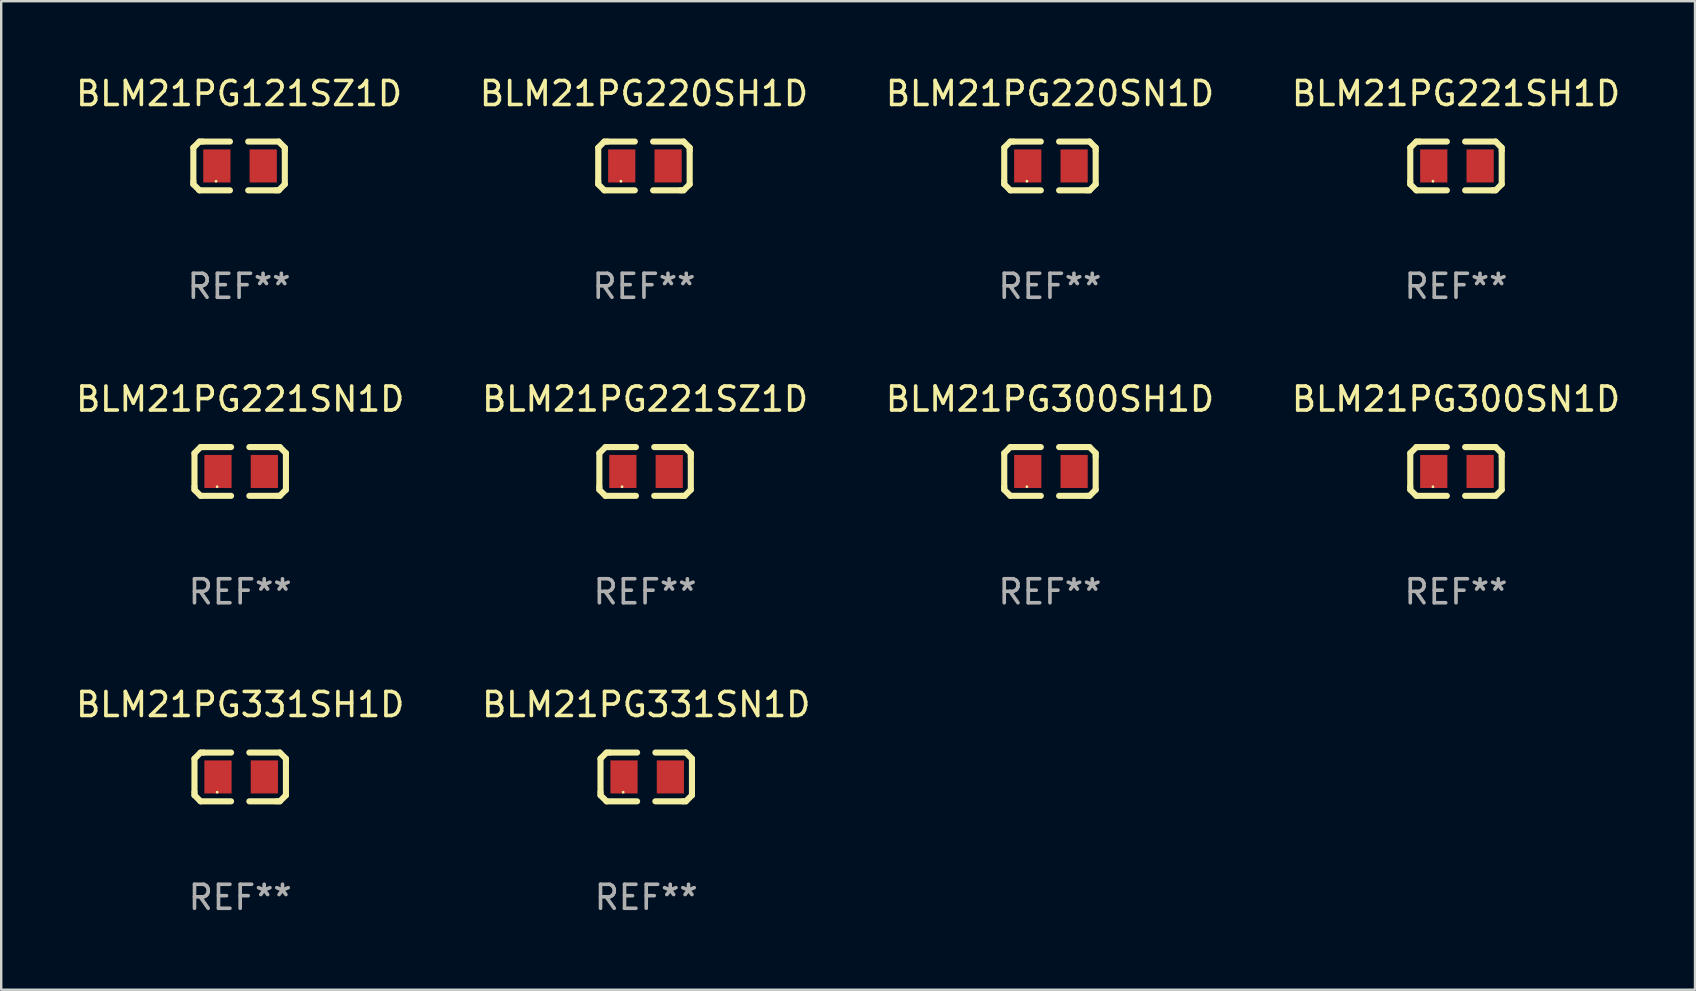
<source format=kicad_pcb>
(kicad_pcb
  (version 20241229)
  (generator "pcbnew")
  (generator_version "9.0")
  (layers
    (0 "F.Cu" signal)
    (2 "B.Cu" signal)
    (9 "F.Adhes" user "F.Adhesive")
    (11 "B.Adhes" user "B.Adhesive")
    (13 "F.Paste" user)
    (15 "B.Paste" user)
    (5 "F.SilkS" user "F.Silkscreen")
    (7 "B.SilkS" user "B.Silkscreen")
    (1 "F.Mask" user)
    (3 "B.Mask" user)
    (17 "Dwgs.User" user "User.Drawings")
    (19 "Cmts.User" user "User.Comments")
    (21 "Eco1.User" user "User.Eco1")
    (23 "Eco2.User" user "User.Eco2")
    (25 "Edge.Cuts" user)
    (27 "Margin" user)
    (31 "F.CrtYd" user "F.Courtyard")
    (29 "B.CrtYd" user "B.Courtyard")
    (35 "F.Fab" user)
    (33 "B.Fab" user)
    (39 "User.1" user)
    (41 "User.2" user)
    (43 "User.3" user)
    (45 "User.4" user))
  (footprint "BLM21PG221SH1D"
    (layer "F.Cu")
    (at 57.613 3.864)
    (property "Reference" "BLM21PG221SH1D" (at 0 -3.016 0) (layer "F.SilkS") (effects (font (size 1 1) (thickness 0.15))))
    (attr through_hole)
    (fp_line (start -1.905 -0.762) (end -1.905 0.635) (stroke (width 0.254) (type solid)) (layer "F.SilkS"))
    (fp_line (start -1.905 0.635) (end -1.905 0.762) (stroke (width 0.254) (type solid)) (layer "F.SilkS"))
    (fp_line (start -1.905 0.762) (end -1.651 1.016) (stroke (width 0.254) (type solid)) (layer "F.SilkS"))
    (fp_line (start -1.651 -1.016) (end -1.905 -0.762) (stroke (width 0.254) (type solid)) (layer "F.SilkS"))
    (fp_line (start -1.651 1.016) (end -0.381 1.016) (stroke (width 0.254) (type solid)) (layer "F.SilkS"))
    (fp_line (start -1.524 -1.016) (end -1.651 -1.016) (stroke (width 0.254) (type solid)) (layer "F.SilkS"))
    (fp_line (start -0.381 -1.016) (end -1.524 -1.016) (stroke (width 0.254) (type solid)) (layer "F.SilkS"))
    (fp_line (start 0.381 1.016) (end 1.524 1.016) (stroke (width 0.254) (type solid)) (layer "F.SilkS"))
    (fp_line (start 1.524 1.016) (end 1.651 1.016) (stroke (width 0.254) (type solid)) (layer "F.SilkS"))
    (fp_line (start 1.651 -1.016) (end 0.381 -1.016) (stroke (width 0.254) (type solid)) (layer "F.SilkS"))
    (fp_line (start 1.651 1.016) (end 1.905 0.762) (stroke (width 0.254) (type solid)) (layer "F.SilkS"))
    (fp_line (start 1.905 -0.762) (end 1.651 -1.016) (stroke (width 0.254) (type solid)) (layer "F.SilkS"))
    (fp_line (start 1.905 -0.635) (end 1.905 -0.762) (stroke (width 0.254) (type solid)) (layer "F.SilkS"))
    (fp_line (start 1.905 0.762) (end 1.905 -0.635) (stroke (width 0.254) (type solid)) (layer "F.SilkS"))
    (fp_circle (center -0.96 0.637) (end -0.93 0.637) (stroke (width 0.06) (type solid)) (fill no) (layer "F.SilkS"))
    (fp_text user "REF**" (at 0 5.016 0) (layer "F.Fab") (effects (font (size 1 1) (thickness 0.15))))
    (pad "1" smd rect (at -0.926 -0.000051) (size 1.133 1.377) (layers "F.Cu" "F.Mask" "F.Paste"))
    (pad "2" smd rect (at 1.006 -0.000051) (size 1.133 1.377) (layers "F.Cu" "F.Mask" "F.Paste")))
  (footprint "BLM21PG121SZ1D"
    (layer "F.Cu")
    (at 6.911 3.864)
    (property "Reference" "BLM21PG121SZ1D" (at 0 -3.016 0) (layer "F.SilkS") (effects (font (size 1 1) (thickness 0.15))))
    (attr through_hole)
    (fp_line (start -1.905 -0.762) (end -1.905 0.635) (stroke (width 0.254) (type solid)) (layer "F.SilkS"))
    (fp_line (start -1.905 0.635) (end -1.905 0.762) (stroke (width 0.254) (type solid)) (layer "F.SilkS"))
    (fp_line (start -1.905 0.762) (end -1.651 1.016) (stroke (width 0.254) (type solid)) (layer "F.SilkS"))
    (fp_line (start -1.651 -1.016) (end -1.905 -0.762) (stroke (width 0.254) (type solid)) (layer "F.SilkS"))
    (fp_line (start -1.651 1.016) (end -0.381 1.016) (stroke (width 0.254) (type solid)) (layer "F.SilkS"))
    (fp_line (start -1.524 -1.016) (end -1.651 -1.016) (stroke (width 0.254) (type solid)) (layer "F.SilkS"))
    (fp_line (start -0.381 -1.016) (end -1.524 -1.016) (stroke (width 0.254) (type solid)) (layer "F.SilkS"))
    (fp_line (start 0.381 1.016) (end 1.524 1.016) (stroke (width 0.254) (type solid)) (layer "F.SilkS"))
    (fp_line (start 1.524 1.016) (end 1.651 1.016) (stroke (width 0.254) (type solid)) (layer "F.SilkS"))
    (fp_line (start 1.651 -1.016) (end 0.381 -1.016) (stroke (width 0.254) (type solid)) (layer "F.SilkS"))
    (fp_line (start 1.651 1.016) (end 1.905 0.762) (stroke (width 0.254) (type solid)) (layer "F.SilkS"))
    (fp_line (start 1.905 -0.762) (end 1.651 -1.016) (stroke (width 0.254) (type solid)) (layer "F.SilkS"))
    (fp_line (start 1.905 -0.635) (end 1.905 -0.762) (stroke (width 0.254) (type solid)) (layer "F.SilkS"))
    (fp_line (start 1.905 0.762) (end 1.905 -0.635) (stroke (width 0.254) (type solid)) (layer "F.SilkS"))
    (fp_circle (center -0.96 0.637) (end -0.93 0.637) (stroke (width 0.06) (type solid)) (fill no) (layer "F.SilkS"))
    (fp_text user "REF**" (at 0 5.016 0) (layer "F.Fab") (effects (font (size 1 1) (thickness 0.15))))
    (pad "1" smd rect (at -0.926 -0.000051) (size 1.133 1.377) (layers "F.Cu" "F.Mask" "F.Paste"))
    (pad "2" smd rect (at 1.006 -0.000051) (size 1.133 1.377) (layers "F.Cu" "F.Mask" "F.Paste")))
  (footprint "BLM21PG300SN1D"
    (layer "F.Cu")
    (at 57.613 16.593)
    (property "Reference" "BLM21PG300SN1D" (at 0 -3.016 0) (layer "F.SilkS") (effects (font (size 1 1) (thickness 0.15))))
    (attr through_hole)
    (fp_line (start -1.905 -0.762) (end -1.905 0.635) (stroke (width 0.254) (type solid)) (layer "F.SilkS"))
    (fp_line (start -1.905 0.635) (end -1.905 0.762) (stroke (width 0.254) (type solid)) (layer "F.SilkS"))
    (fp_line (start -1.905 0.762) (end -1.651 1.016) (stroke (width 0.254) (type solid)) (layer "F.SilkS"))
    (fp_line (start -1.651 -1.016) (end -1.905 -0.762) (stroke (width 0.254) (type solid)) (layer "F.SilkS"))
    (fp_line (start -1.651 1.016) (end -0.381 1.016) (stroke (width 0.254) (type solid)) (layer "F.SilkS"))
    (fp_line (start -1.524 -1.016) (end -1.651 -1.016) (stroke (width 0.254) (type solid)) (layer "F.SilkS"))
    (fp_line (start -0.381 -1.016) (end -1.524 -1.016) (stroke (width 0.254) (type solid)) (layer "F.SilkS"))
    (fp_line (start 0.381 1.016) (end 1.524 1.016) (stroke (width 0.254) (type solid)) (layer "F.SilkS"))
    (fp_line (start 1.524 1.016) (end 1.651 1.016) (stroke (width 0.254) (type solid)) (layer "F.SilkS"))
    (fp_line (start 1.651 -1.016) (end 0.381 -1.016) (stroke (width 0.254) (type solid)) (layer "F.SilkS"))
    (fp_line (start 1.651 1.016) (end 1.905 0.762) (stroke (width 0.254) (type solid)) (layer "F.SilkS"))
    (fp_line (start 1.905 -0.762) (end 1.651 -1.016) (stroke (width 0.254) (type solid)) (layer "F.SilkS"))
    (fp_line (start 1.905 -0.635) (end 1.905 -0.762) (stroke (width 0.254) (type solid)) (layer "F.SilkS"))
    (fp_line (start 1.905 0.762) (end 1.905 -0.635) (stroke (width 0.254) (type solid)) (layer "F.SilkS"))
    (fp_circle (center -0.96 0.637) (end -0.93 0.637) (stroke (width 0.06) (type solid)) (fill no) (layer "F.SilkS"))
    (fp_text user "REF**" (at 0 5.016 0) (layer "F.Fab") (effects (font (size 1 1) (thickness 0.15))))
    (pad "1" smd rect (at -0.926 -0.000051) (size 1.133 1.377) (layers "F.Cu" "F.Mask" "F.Paste"))
    (pad "2" smd rect (at 1.006 -0.000051) (size 1.133 1.377) (layers "F.Cu" "F.Mask" "F.Paste")))
  (footprint "BLM21PG331SH1D"
    (layer "F.Cu")
    (at 6.958 29.321)
    (property "Reference" "BLM21PG331SH1D" (at 0 -3.016 0) (layer "F.SilkS") (effects (font (size 1 1) (thickness 0.15))))
    (attr through_hole)
    (fp_line (start -1.905 -0.762) (end -1.905 0.635) (stroke (width 0.254) (type solid)) (layer "F.SilkS"))
    (fp_line (start -1.905 0.635) (end -1.905 0.762) (stroke (width 0.254) (type solid)) (layer "F.SilkS"))
    (fp_line (start -1.905 0.762) (end -1.651 1.016) (stroke (width 0.254) (type solid)) (layer "F.SilkS"))
    (fp_line (start -1.651 -1.016) (end -1.905 -0.762) (stroke (width 0.254) (type solid)) (layer "F.SilkS"))
    (fp_line (start -1.651 1.016) (end -0.381 1.016) (stroke (width 0.254) (type solid)) (layer "F.SilkS"))
    (fp_line (start -1.524 -1.016) (end -1.651 -1.016) (stroke (width 0.254) (type solid)) (layer "F.SilkS"))
    (fp_line (start -0.381 -1.016) (end -1.524 -1.016) (stroke (width 0.254) (type solid)) (layer "F.SilkS"))
    (fp_line (start 0.381 1.016) (end 1.524 1.016) (stroke (width 0.254) (type solid)) (layer "F.SilkS"))
    (fp_line (start 1.524 1.016) (end 1.651 1.016) (stroke (width 0.254) (type solid)) (layer "F.SilkS"))
    (fp_line (start 1.651 -1.016) (end 0.381 -1.016) (stroke (width 0.254) (type solid)) (layer "F.SilkS"))
    (fp_line (start 1.651 1.016) (end 1.905 0.762) (stroke (width 0.254) (type solid)) (layer "F.SilkS"))
    (fp_line (start 1.905 -0.762) (end 1.651 -1.016) (stroke (width 0.254) (type solid)) (layer "F.SilkS"))
    (fp_line (start 1.905 -0.635) (end 1.905 -0.762) (stroke (width 0.254) (type solid)) (layer "F.SilkS"))
    (fp_line (start 1.905 0.762) (end 1.905 -0.635) (stroke (width 0.254) (type solid)) (layer "F.SilkS"))
    (fp_circle (center -0.96 0.637) (end -0.93 0.637) (stroke (width 0.06) (type solid)) (fill no) (layer "F.SilkS"))
    (fp_text user "REF**" (at 0 5.016 0) (layer "F.Fab") (effects (font (size 1 1) (thickness 0.15))))
    (pad "1" smd rect (at -0.926 -0.000051) (size 1.133 1.377) (layers "F.Cu" "F.Mask" "F.Paste"))
    (pad "2" smd rect (at 1.006 -0.000051) (size 1.133 1.377) (layers "F.Cu" "F.Mask" "F.Paste")))
  (footprint "BLM21PG300SH1D"
    (layer "F.Cu")
    (at 40.696 16.593)
    (property "Reference" "BLM21PG300SH1D" (at 0 -3.016 0) (layer "F.SilkS") (effects (font (size 1 1) (thickness 0.15))))
    (attr through_hole)
    (fp_line (start -1.905 -0.762) (end -1.905 0.635) (stroke (width 0.254) (type solid)) (layer "F.SilkS"))
    (fp_line (start -1.905 0.635) (end -1.905 0.762) (stroke (width 0.254) (type solid)) (layer "F.SilkS"))
    (fp_line (start -1.905 0.762) (end -1.651 1.016) (stroke (width 0.254) (type solid)) (layer "F.SilkS"))
    (fp_line (start -1.651 -1.016) (end -1.905 -0.762) (stroke (width 0.254) (type solid)) (layer "F.SilkS"))
    (fp_line (start -1.651 1.016) (end -0.381 1.016) (stroke (width 0.254) (type solid)) (layer "F.SilkS"))
    (fp_line (start -1.524 -1.016) (end -1.651 -1.016) (stroke (width 0.254) (type solid)) (layer "F.SilkS"))
    (fp_line (start -0.381 -1.016) (end -1.524 -1.016) (stroke (width 0.254) (type solid)) (layer "F.SilkS"))
    (fp_line (start 0.381 1.016) (end 1.524 1.016) (stroke (width 0.254) (type solid)) (layer "F.SilkS"))
    (fp_line (start 1.524 1.016) (end 1.651 1.016) (stroke (width 0.254) (type solid)) (layer "F.SilkS"))
    (fp_line (start 1.651 -1.016) (end 0.381 -1.016) (stroke (width 0.254) (type solid)) (layer "F.SilkS"))
    (fp_line (start 1.651 1.016) (end 1.905 0.762) (stroke (width 0.254) (type solid)) (layer "F.SilkS"))
    (fp_line (start 1.905 -0.762) (end 1.651 -1.016) (stroke (width 0.254) (type solid)) (layer "F.SilkS"))
    (fp_line (start 1.905 -0.635) (end 1.905 -0.762) (stroke (width 0.254) (type solid)) (layer "F.SilkS"))
    (fp_line (start 1.905 0.762) (end 1.905 -0.635) (stroke (width 0.254) (type solid)) (layer "F.SilkS"))
    (fp_circle (center -0.96 0.637) (end -0.93 0.637) (stroke (width 0.06) (type solid)) (fill no) (layer "F.SilkS"))
    (fp_text user "REF**" (at 0 5.016 0) (layer "F.Fab") (effects (font (size 1 1) (thickness 0.15))))
    (pad "1" smd rect (at -0.926 -0.000051) (size 1.133 1.377) (layers "F.Cu" "F.Mask" "F.Paste"))
    (pad "2" smd rect (at 1.006 -0.000051) (size 1.133 1.377) (layers "F.Cu" "F.Mask" "F.Paste")))
  (footprint "BLM21PG221SN1D"
    (layer "F.Cu")
    (at 6.958 16.593)
    (property "Reference" "BLM21PG221SN1D" (at 0 -3.016 0) (layer "F.SilkS") (effects (font (size 1 1) (thickness 0.15))))
    (attr through_hole)
    (fp_line (start -1.905 -0.762) (end -1.905 0.635) (stroke (width 0.254) (type solid)) (layer "F.SilkS"))
    (fp_line (start -1.905 0.635) (end -1.905 0.762) (stroke (width 0.254) (type solid)) (layer "F.SilkS"))
    (fp_line (start -1.905 0.762) (end -1.651 1.016) (stroke (width 0.254) (type solid)) (layer "F.SilkS"))
    (fp_line (start -1.651 -1.016) (end -1.905 -0.762) (stroke (width 0.254) (type solid)) (layer "F.SilkS"))
    (fp_line (start -1.651 1.016) (end -0.381 1.016) (stroke (width 0.254) (type solid)) (layer "F.SilkS"))
    (fp_line (start -1.524 -1.016) (end -1.651 -1.016) (stroke (width 0.254) (type solid)) (layer "F.SilkS"))
    (fp_line (start -0.381 -1.016) (end -1.524 -1.016) (stroke (width 0.254) (type solid)) (layer "F.SilkS"))
    (fp_line (start 0.381 1.016) (end 1.524 1.016) (stroke (width 0.254) (type solid)) (layer "F.SilkS"))
    (fp_line (start 1.524 1.016) (end 1.651 1.016) (stroke (width 0.254) (type solid)) (layer "F.SilkS"))
    (fp_line (start 1.651 -1.016) (end 0.381 -1.016) (stroke (width 0.254) (type solid)) (layer "F.SilkS"))
    (fp_line (start 1.651 1.016) (end 1.905 0.762) (stroke (width 0.254) (type solid)) (layer "F.SilkS"))
    (fp_line (start 1.905 -0.762) (end 1.651 -1.016) (stroke (width 0.254) (type solid)) (layer "F.SilkS"))
    (fp_line (start 1.905 -0.635) (end 1.905 -0.762) (stroke (width 0.254) (type solid)) (layer "F.SilkS"))
    (fp_line (start 1.905 0.762) (end 1.905 -0.635) (stroke (width 0.254) (type solid)) (layer "F.SilkS"))
    (fp_circle (center -0.96 0.637) (end -0.93 0.637) (stroke (width 0.06) (type solid)) (fill no) (layer "F.SilkS"))
    (fp_text user "REF**" (at 0 5.016 0) (layer "F.Fab") (effects (font (size 1 1) (thickness 0.15))))
    (pad "1" smd rect (at -0.926 -0.000051) (size 1.133 1.377) (layers "F.Cu" "F.Mask" "F.Paste"))
    (pad "2" smd rect (at 1.006 -0.000051) (size 1.133 1.377) (layers "F.Cu" "F.Mask" "F.Paste")))
  (footprint "BLM21PG221SZ1D"
    (layer "F.Cu")
    (at 23.827 16.593)
    (property "Reference" "BLM21PG221SZ1D" (at 0 -3.016 0) (layer "F.SilkS") (effects (font (size 1 1) (thickness 0.15))))
    (attr through_hole)
    (fp_line (start -1.905 -0.762) (end -1.905 0.635) (stroke (width 0.254) (type solid)) (layer "F.SilkS"))
    (fp_line (start -1.905 0.635) (end -1.905 0.762) (stroke (width 0.254) (type solid)) (layer "F.SilkS"))
    (fp_line (start -1.905 0.762) (end -1.651 1.016) (stroke (width 0.254) (type solid)) (layer "F.SilkS"))
    (fp_line (start -1.651 -1.016) (end -1.905 -0.762) (stroke (width 0.254) (type solid)) (layer "F.SilkS"))
    (fp_line (start -1.651 1.016) (end -0.381 1.016) (stroke (width 0.254) (type solid)) (layer "F.SilkS"))
    (fp_line (start -1.524 -1.016) (end -1.651 -1.016) (stroke (width 0.254) (type solid)) (layer "F.SilkS"))
    (fp_line (start -0.381 -1.016) (end -1.524 -1.016) (stroke (width 0.254) (type solid)) (layer "F.SilkS"))
    (fp_line (start 0.381 1.016) (end 1.524 1.016) (stroke (width 0.254) (type solid)) (layer "F.SilkS"))
    (fp_line (start 1.524 1.016) (end 1.651 1.016) (stroke (width 0.254) (type solid)) (layer "F.SilkS"))
    (fp_line (start 1.651 -1.016) (end 0.381 -1.016) (stroke (width 0.254) (type solid)) (layer "F.SilkS"))
    (fp_line (start 1.651 1.016) (end 1.905 0.762) (stroke (width 0.254) (type solid)) (layer "F.SilkS"))
    (fp_line (start 1.905 -0.762) (end 1.651 -1.016) (stroke (width 0.254) (type solid)) (layer "F.SilkS"))
    (fp_line (start 1.905 -0.635) (end 1.905 -0.762) (stroke (width 0.254) (type solid)) (layer "F.SilkS"))
    (fp_line (start 1.905 0.762) (end 1.905 -0.635) (stroke (width 0.254) (type solid)) (layer "F.SilkS"))
    (fp_circle (center -0.96 0.637) (end -0.93 0.637) (stroke (width 0.06) (type solid)) (fill no) (layer "F.SilkS"))
    (fp_text user "REF**" (at 0 5.016 0) (layer "F.Fab") (effects (font (size 1 1) (thickness 0.15))))
    (pad "1" smd rect (at -0.926 -0.000051) (size 1.133 1.377) (layers "F.Cu" "F.Mask" "F.Paste"))
    (pad "2" smd rect (at 1.006 -0.000051) (size 1.133 1.377) (layers "F.Cu" "F.Mask" "F.Paste")))
  (footprint "BLM21PG220SN1D"
    (layer "F.Cu")
    (at 40.696 3.864)
    (property "Reference" "BLM21PG220SN1D" (at 0 -3.016 0) (layer "F.SilkS") (effects (font (size 1 1) (thickness 0.15))))
    (attr through_hole)
    (fp_line (start -1.905 -0.762) (end -1.905 0.635) (stroke (width 0.254) (type solid)) (layer "F.SilkS"))
    (fp_line (start -1.905 0.635) (end -1.905 0.762) (stroke (width 0.254) (type solid)) (layer "F.SilkS"))
    (fp_line (start -1.905 0.762) (end -1.651 1.016) (stroke (width 0.254) (type solid)) (layer "F.SilkS"))
    (fp_line (start -1.651 -1.016) (end -1.905 -0.762) (stroke (width 0.254) (type solid)) (layer "F.SilkS"))
    (fp_line (start -1.651 1.016) (end -0.381 1.016) (stroke (width 0.254) (type solid)) (layer "F.SilkS"))
    (fp_line (start -1.524 -1.016) (end -1.651 -1.016) (stroke (width 0.254) (type solid)) (layer "F.SilkS"))
    (fp_line (start -0.381 -1.016) (end -1.524 -1.016) (stroke (width 0.254) (type solid)) (layer "F.SilkS"))
    (fp_line (start 0.381 1.016) (end 1.524 1.016) (stroke (width 0.254) (type solid)) (layer "F.SilkS"))
    (fp_line (start 1.524 1.016) (end 1.651 1.016) (stroke (width 0.254) (type solid)) (layer "F.SilkS"))
    (fp_line (start 1.651 -1.016) (end 0.381 -1.016) (stroke (width 0.254) (type solid)) (layer "F.SilkS"))
    (fp_line (start 1.651 1.016) (end 1.905 0.762) (stroke (width 0.254) (type solid)) (layer "F.SilkS"))
    (fp_line (start 1.905 -0.762) (end 1.651 -1.016) (stroke (width 0.254) (type solid)) (layer "F.SilkS"))
    (fp_line (start 1.905 -0.635) (end 1.905 -0.762) (stroke (width 0.254) (type solid)) (layer "F.SilkS"))
    (fp_line (start 1.905 0.762) (end 1.905 -0.635) (stroke (width 0.254) (type solid)) (layer "F.SilkS"))
    (fp_circle (center -0.96 0.637) (end -0.93 0.637) (stroke (width 0.06) (type solid)) (fill no) (layer "F.SilkS"))
    (fp_text user "REF**" (at 0 5.016 0) (layer "F.Fab") (effects (font (size 1 1) (thickness 0.15))))
    (pad "1" smd rect (at -0.926 -0.000051) (size 1.133 1.377) (layers "F.Cu" "F.Mask" "F.Paste"))
    (pad "2" smd rect (at 1.006 -0.000051) (size 1.133 1.377) (layers "F.Cu" "F.Mask" "F.Paste")))
  (footprint "BLM21PG331SN1D"
    (layer "F.Cu")
    (at 23.875 29.321)
    (property "Reference" "BLM21PG331SN1D" (at 0 -3.016 0) (layer "F.SilkS") (effects (font (size 1 1) (thickness 0.15))))
    (attr through_hole)
    (fp_line (start -1.905 -0.762) (end -1.905 0.635) (stroke (width 0.254) (type solid)) (layer "F.SilkS"))
    (fp_line (start -1.905 0.635) (end -1.905 0.762) (stroke (width 0.254) (type solid)) (layer "F.SilkS"))
    (fp_line (start -1.905 0.762) (end -1.651 1.016) (stroke (width 0.254) (type solid)) (layer "F.SilkS"))
    (fp_line (start -1.651 -1.016) (end -1.905 -0.762) (stroke (width 0.254) (type solid)) (layer "F.SilkS"))
    (fp_line (start -1.651 1.016) (end -0.381 1.016) (stroke (width 0.254) (type solid)) (layer "F.SilkS"))
    (fp_line (start -1.524 -1.016) (end -1.651 -1.016) (stroke (width 0.254) (type solid)) (layer "F.SilkS"))
    (fp_line (start -0.381 -1.016) (end -1.524 -1.016) (stroke (width 0.254) (type solid)) (layer "F.SilkS"))
    (fp_line (start 0.381 1.016) (end 1.524 1.016) (stroke (width 0.254) (type solid)) (layer "F.SilkS"))
    (fp_line (start 1.524 1.016) (end 1.651 1.016) (stroke (width 0.254) (type solid)) (layer "F.SilkS"))
    (fp_line (start 1.651 -1.016) (end 0.381 -1.016) (stroke (width 0.254) (type solid)) (layer "F.SilkS"))
    (fp_line (start 1.651 1.016) (end 1.905 0.762) (stroke (width 0.254) (type solid)) (layer "F.SilkS"))
    (fp_line (start 1.905 -0.762) (end 1.651 -1.016) (stroke (width 0.254) (type solid)) (layer "F.SilkS"))
    (fp_line (start 1.905 -0.635) (end 1.905 -0.762) (stroke (width 0.254) (type solid)) (layer "F.SilkS"))
    (fp_line (start 1.905 0.762) (end 1.905 -0.635) (stroke (width 0.254) (type solid)) (layer "F.SilkS"))
    (fp_circle (center -0.96 0.637) (end -0.93 0.637) (stroke (width 0.06) (type solid)) (fill no) (layer "F.SilkS"))
    (fp_text user "REF**" (at 0 5.016 0) (layer "F.Fab") (effects (font (size 1 1) (thickness 0.15))))
    (pad "1" smd rect (at -0.926 -0.000051) (size 1.133 1.377) (layers "F.Cu" "F.Mask" "F.Paste"))
    (pad "2" smd rect (at 1.006 -0.000051) (size 1.133 1.377) (layers "F.Cu" "F.Mask" "F.Paste")))
  (footprint "BLM21PG220SH1D"
    (layer "F.Cu")
    (at 23.78 3.864)
    (property "Reference" "BLM21PG220SH1D" (at 0 -3.016 0) (layer "F.SilkS") (effects (font (size 1 1) (thickness 0.15))))
    (attr through_hole)
    (fp_line (start -1.905 -0.762) (end -1.905 0.635) (stroke (width 0.254) (type solid)) (layer "F.SilkS"))
    (fp_line (start -1.905 0.635) (end -1.905 0.762) (stroke (width 0.254) (type solid)) (layer "F.SilkS"))
    (fp_line (start -1.905 0.762) (end -1.651 1.016) (stroke (width 0.254) (type solid)) (layer "F.SilkS"))
    (fp_line (start -1.651 -1.016) (end -1.905 -0.762) (stroke (width 0.254) (type solid)) (layer "F.SilkS"))
    (fp_line (start -1.651 1.016) (end -0.381 1.016) (stroke (width 0.254) (type solid)) (layer "F.SilkS"))
    (fp_line (start -1.524 -1.016) (end -1.651 -1.016) (stroke (width 0.254) (type solid)) (layer "F.SilkS"))
    (fp_line (start -0.381 -1.016) (end -1.524 -1.016) (stroke (width 0.254) (type solid)) (layer "F.SilkS"))
    (fp_line (start 0.381 1.016) (end 1.524 1.016) (stroke (width 0.254) (type solid)) (layer "F.SilkS"))
    (fp_line (start 1.524 1.016) (end 1.651 1.016) (stroke (width 0.254) (type solid)) (layer "F.SilkS"))
    (fp_line (start 1.651 -1.016) (end 0.381 -1.016) (stroke (width 0.254) (type solid)) (layer "F.SilkS"))
    (fp_line (start 1.651 1.016) (end 1.905 0.762) (stroke (width 0.254) (type solid)) (layer "F.SilkS"))
    (fp_line (start 1.905 -0.762) (end 1.651 -1.016) (stroke (width 0.254) (type solid)) (layer "F.SilkS"))
    (fp_line (start 1.905 -0.635) (end 1.905 -0.762) (stroke (width 0.254) (type solid)) (layer "F.SilkS"))
    (fp_line (start 1.905 0.762) (end 1.905 -0.635) (stroke (width 0.254) (type solid)) (layer "F.SilkS"))
    (fp_circle (center -0.96 0.637) (end -0.93 0.637) (stroke (width 0.06) (type solid)) (fill no) (layer "F.SilkS"))
    (fp_text user "REF**" (at 0 5.016 0) (layer "F.Fab") (effects (font (size 1 1) (thickness 0.15))))
    (pad "1" smd rect (at -0.926 -0.000051) (size 1.133 1.377) (layers "F.Cu" "F.Mask" "F.Paste"))
    (pad "2" smd rect (at 1.006 -0.000051) (size 1.133 1.377) (layers "F.Cu" "F.Mask" "F.Paste")))
  (gr_rect
    (start -3 -3)
    (end 67.571 38.186)
    (stroke (width 0.1) (type default))
    (fill no)
    (layer "Edge.Cuts")))
</source>
